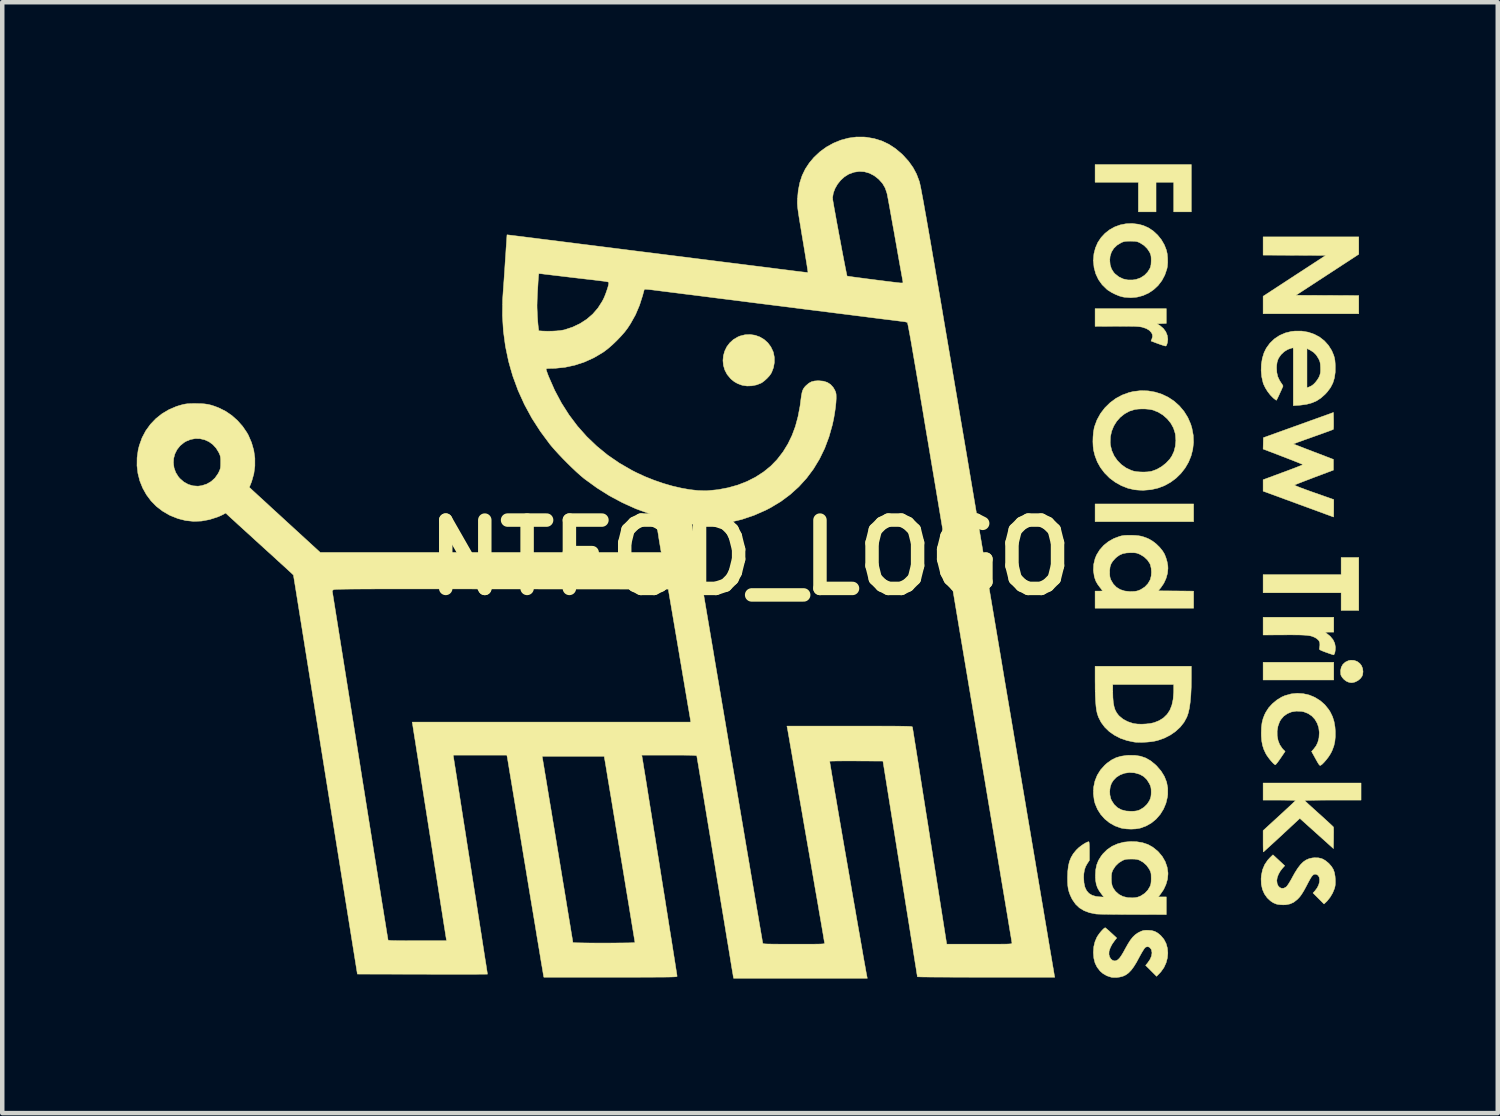
<source format=kicad_pcb>
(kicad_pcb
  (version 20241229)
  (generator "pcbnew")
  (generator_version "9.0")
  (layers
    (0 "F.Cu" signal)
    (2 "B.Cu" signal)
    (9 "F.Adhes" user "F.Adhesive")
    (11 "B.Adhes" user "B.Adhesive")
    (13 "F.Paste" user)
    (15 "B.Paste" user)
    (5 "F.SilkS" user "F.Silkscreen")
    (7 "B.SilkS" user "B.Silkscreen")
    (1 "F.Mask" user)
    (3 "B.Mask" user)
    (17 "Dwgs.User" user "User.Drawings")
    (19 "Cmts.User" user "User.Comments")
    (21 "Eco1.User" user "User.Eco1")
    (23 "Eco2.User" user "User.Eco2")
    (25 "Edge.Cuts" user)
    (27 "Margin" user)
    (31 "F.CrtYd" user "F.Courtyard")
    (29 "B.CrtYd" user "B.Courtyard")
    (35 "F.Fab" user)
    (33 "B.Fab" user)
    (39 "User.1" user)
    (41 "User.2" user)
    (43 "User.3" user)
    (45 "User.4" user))
  (footprint "NTFOD_LOGO"
    (layer "F.Cu")
    (at 13.676 9.383)
    (property "Reference" "NTFOD_LOGO" (at 0 0 0) (layer "F.SilkS") (effects (font (size 1.524 1.524) (thickness 0.3))))
    (attr through_hole)
    (fp_poly (pts (xy 9.893 -0.8) (xy 7.696 -0.8) (xy 7.696 -1.194) (xy 9.893 -1.194) (xy 9.893 -0.8)) (stroke (width 0.01) (type solid)) (fill yes) (layer "F.SilkS"))
    (fp_poly (pts (xy 13.018 2.731) (xy 11.443 2.731) (xy 11.443 2.337) (xy 13.018 2.337) (xy 13.018 2.731)) (stroke (width 0.01) (type solid)) (fill yes) (layer "F.SilkS"))
    (fp_poly (pts (xy 13.576 1.181) (xy 13.183 1.181) (xy 13.183 0.787) (xy 11.443 0.787) (xy 11.443 0.381) (xy 13.183 0.381) (xy 13.183 0) (xy 13.576 0) (xy 13.576 1.181)) (stroke (width 0.01) (type solid)) (fill yes) (layer "F.SilkS"))
    (fp_poly (pts (xy 9.842 -7.709) (xy 9.449 -7.709) (xy 9.449 -8.369) (xy 9.055 -8.369) (xy 9.055 -7.709) (xy 8.661 -7.709) (xy 8.661 -8.369) (xy 7.696 -8.369) (xy 7.696 -8.763) (xy 9.842 -8.763) (xy 9.842 -7.709)) (stroke (width 0.01) (type solid)) (fill yes) (layer "F.SilkS"))
    (fp_poly (pts (xy 13.576 -6.763) (xy 12.174 -5.848) (xy 12.875 -5.845) (xy 13.576 -5.842) (xy 13.576 -5.436) (xy 11.443 -5.436) (xy 11.443 -5.826) (xy 12.141 -6.282) (xy 12.839 -6.737) (xy 11.443 -6.744) (xy 11.443 -7.15) (xy 13.576 -7.15) (xy 13.576 -6.763)) (stroke (width 0.01) (type solid)) (fill yes) (layer "F.SilkS"))
    (fp_poly (pts (xy 13.471 2.294) (xy 13.541 2.319) (xy 13.6 2.364) (xy 13.636 2.411) (xy 13.662 2.475) (xy 13.671 2.546) (xy 13.662 2.614) (xy 13.648 2.65) (xy 13.61 2.701) (xy 13.556 2.745) (xy 13.496 2.775) (xy 13.48 2.78) (xy 13.44 2.789) (xy 13.41 2.792) (xy 13.379 2.787) (xy 13.342 2.778) (xy 13.295 2.756) (xy 13.247 2.719) (xy 13.207 2.674) (xy 13.18 2.628) (xy 13.175 2.61) (xy 13.17 2.524) (xy 13.186 2.447) (xy 13.222 2.383) (xy 13.277 2.333) (xy 13.347 2.3) (xy 13.397 2.29) (xy 13.471 2.294)) (stroke (width 0.01) (type solid)) (fill yes) (layer "F.SilkS"))
    (fp_poly (pts (xy 9.284 -5.221) (xy 9.078 -5.213) (xy 9.146 -5.169) (xy 9.218 -5.108) (xy 9.272 -5.035) (xy 9.305 -4.954) (xy 9.318 -4.868) (xy 9.308 -4.79) (xy 9.294 -4.746) (xy 9.279 -4.72) (xy 9.271 -4.716) (xy 9.252 -4.719) (xy 9.215 -4.73) (xy 9.165 -4.746) (xy 9.106 -4.767) (xy 9.097 -4.77) (xy 8.943 -4.828) (xy 8.961 -4.871) (xy 8.977 -4.925) (xy 8.973 -4.972) (xy 8.954 -5.013) (xy 8.907 -5.065) (xy 8.839 -5.106) (xy 8.749 -5.136) (xy 8.737 -5.139) (xy 8.707 -5.144) (xy 8.673 -5.149) (xy 8.631 -5.152) (xy 8.579 -5.155) (xy 8.514 -5.156) (xy 8.432 -5.157) (xy 8.332 -5.158) (xy 8.21 -5.157) (xy 8.169 -5.157) (xy 7.696 -5.155) (xy 7.696 -5.55) (xy 9.284 -5.55) (xy 9.284 -5.221)) (stroke (width 0.01) (type solid)) (fill yes) (layer "F.SilkS"))
    (fp_poly (pts (xy 0.112 -4.957) (xy 0.216 -4.92) (xy 0.312 -4.864) (xy 0.396 -4.79) (xy 0.464 -4.699) (xy 0.514 -4.594) (xy 0.522 -4.571) (xy 0.543 -4.463) (xy 0.543 -4.349) (xy 0.523 -4.235) (xy 0.483 -4.13) (xy 0.466 -4.099) (xy 0.43 -4.049) (xy 0.379 -3.994) (xy 0.322 -3.942) (xy 0.267 -3.901) (xy 0.244 -3.888) (xy 0.147 -3.85) (xy 0.041 -3.829) (xy -0.066 -3.825) (xy -0.166 -3.84) (xy -0.191 -3.847) (xy -0.278 -3.88) (xy -0.349 -3.92) (xy -0.414 -3.972) (xy -0.437 -3.994) (xy -0.511 -4.084) (xy -0.562 -4.182) (xy -0.593 -4.287) (xy -0.603 -4.394) (xy -0.593 -4.5) (xy -0.564 -4.603) (xy -0.517 -4.7) (xy -0.452 -4.786) (xy -0.37 -4.861) (xy -0.271 -4.919) (xy -0.227 -4.938) (xy -0.113 -4.967) (xy 0.001 -4.973) (xy 0.112 -4.957)) (stroke (width 0.01) (type solid)) (fill yes) (layer "F.SilkS"))
    (fp_poly (pts (xy 13.018 1.664) (xy 12.919 1.664) (xy 12.87 1.665) (xy 12.843 1.667) (xy 12.834 1.671) (xy 12.84 1.678) (xy 12.852 1.687) (xy 12.938 1.756) (xy 13.001 1.832) (xy 13.04 1.913) (xy 13.055 1.998) (xy 13.055 2.007) (xy 13.052 2.062) (xy 13.045 2.112) (xy 13.033 2.149) (xy 13.02 2.169) (xy 13.014 2.171) (xy 12.997 2.166) (xy 12.961 2.155) (xy 12.911 2.138) (xy 12.853 2.117) (xy 12.846 2.115) (xy 12.782 2.091) (xy 12.739 2.073) (xy 12.712 2.059) (xy 12.7 2.048) (xy 12.698 2.037) (xy 12.698 2.036) (xy 12.702 2.01) (xy 12.707 1.97) (xy 12.709 1.953) (xy 12.706 1.895) (xy 12.682 1.847) (xy 12.636 1.806) (xy 12.6 1.785) (xy 12.567 1.77) (xy 12.534 1.757) (xy 12.497 1.747) (xy 12.454 1.74) (xy 12.401 1.734) (xy 12.336 1.73) (xy 12.257 1.727) (xy 12.161 1.726) (xy 12.044 1.725) (xy 11.909 1.726) (xy 11.443 1.728) (xy 11.443 1.333) (xy 13.018 1.333) (xy 13.018 1.664)) (stroke (width 0.01) (type solid)) (fill yes) (layer "F.SilkS"))
    (fp_poly (pts (xy 9.842 2.683) (xy 9.84 2.889) (xy 9.831 3.07) (xy 9.817 3.228) (xy 9.798 3.362) (xy 9.772 3.473) (xy 9.742 3.559) (xy 9.679 3.675) (xy 9.594 3.782) (xy 9.49 3.878) (xy 9.37 3.961) (xy 9.238 4.028) (xy 9.095 4.078) (xy 9.024 4.095) (xy 8.949 4.107) (xy 8.86 4.116) (xy 8.766 4.121) (xy 8.676 4.122) (xy 8.598 4.119) (xy 8.566 4.115) (xy 8.408 4.082) (xy 8.262 4.032) (xy 8.13 3.964) (xy 8.012 3.882) (xy 7.912 3.785) (xy 7.831 3.677) (xy 7.77 3.558) (xy 7.742 3.472) (xy 7.727 3.401) (xy 7.716 3.313) (xy 7.707 3.204) (xy 7.701 3.075) (xy 7.697 2.922) (xy 7.697 2.832) (xy 8.09 2.832) (xy 8.09 2.994) (xy 8.093 3.123) (xy 8.102 3.231) (xy 8.118 3.32) (xy 8.141 3.395) (xy 8.174 3.459) (xy 8.216 3.515) (xy 8.237 3.537) (xy 8.321 3.606) (xy 8.423 3.66) (xy 8.536 3.698) (xy 8.557 3.703) (xy 8.639 3.714) (xy 8.735 3.717) (xy 8.835 3.712) (xy 8.93 3.701) (xy 9.01 3.683) (xy 9.011 3.683) (xy 9.126 3.637) (xy 9.223 3.575) (xy 9.302 3.498) (xy 9.364 3.404) (xy 9.408 3.293) (xy 9.436 3.163) (xy 9.448 3.014) (xy 9.449 2.972) (xy 9.449 2.832) (xy 8.09 2.832) (xy 7.697 2.832) (xy 7.696 2.765) (xy 7.696 2.426) (xy 9.842 2.426) (xy 9.842 2.683)) (stroke (width 0.01) (type solid)) (fill yes) (layer "F.SilkS"))
    (fp_poly (pts (xy 13.627 5.41) (xy 12.997 5.41) (xy 12.862 5.41) (xy 12.739 5.411) (xy 12.631 5.412) (xy 12.539 5.414) (xy 12.465 5.415) (xy 12.412 5.417) (xy 12.38 5.42) (xy 12.372 5.422) (xy 12.382 5.433) (xy 12.409 5.458) (xy 12.45 5.497) (xy 12.504 5.546) (xy 12.568 5.604) (xy 12.639 5.668) (xy 12.691 5.715) (xy 12.767 5.783) (xy 12.836 5.846) (xy 12.897 5.902) (xy 12.948 5.949) (xy 12.985 5.984) (xy 13.007 6.006) (xy 13.012 6.012) (xy 13.014 6.029) (xy 13.015 6.067) (xy 13.016 6.122) (xy 13.015 6.189) (xy 13.015 6.259) (xy 13.011 6.491) (xy 12.262 5.818) (xy 12.224 5.853) (xy 12.206 5.87) (xy 12.172 5.901) (xy 12.124 5.946) (xy 12.064 6.001) (xy 11.995 6.066) (xy 11.918 6.137) (xy 11.837 6.213) (xy 11.821 6.227) (xy 11.74 6.302) (xy 11.665 6.371) (xy 11.598 6.432) (xy 11.541 6.484) (xy 11.496 6.525) (xy 11.465 6.553) (xy 11.45 6.565) (xy 11.449 6.566) (xy 11.447 6.554) (xy 11.445 6.52) (xy 11.444 6.469) (xy 11.443 6.405) (xy 11.443 6.33) (xy 11.443 6.328) (xy 11.443 6.09) (xy 11.804 5.759) (xy 11.884 5.686) (xy 11.958 5.617) (xy 12.024 5.556) (xy 12.08 5.504) (xy 12.123 5.462) (xy 12.153 5.434) (xy 12.165 5.42) (xy 12.166 5.42) (xy 12.154 5.417) (xy 12.12 5.415) (xy 12.066 5.413) (xy 11.997 5.412) (xy 11.916 5.411) (xy 11.824 5.41) (xy 11.805 5.41) (xy 11.443 5.41) (xy 11.443 5.029) (xy 13.627 5.029) (xy 13.627 5.41)) (stroke (width 0.01) (type solid)) (fill yes) (layer "F.SilkS"))
    (fp_poly (pts (xy 8.582 4.412) (xy 8.708 4.431) (xy 8.822 4.47) (xy 8.929 4.53) (xy 9.032 4.613) (xy 9.068 4.647) (xy 9.167 4.762) (xy 9.241 4.882) (xy 9.291 5.009) (xy 9.316 5.142) (xy 9.316 5.281) (xy 9.309 5.34) (xy 9.276 5.48) (xy 9.222 5.609) (xy 9.149 5.727) (xy 9.059 5.831) (xy 8.954 5.918) (xy 8.836 5.986) (xy 8.708 6.033) (xy 8.687 6.038) (xy 8.599 6.052) (xy 8.498 6.057) (xy 8.395 6.052) (xy 8.302 6.039) (xy 8.272 6.033) (xy 8.141 5.986) (xy 8.02 5.918) (xy 7.913 5.832) (xy 7.822 5.73) (xy 7.749 5.615) (xy 7.696 5.489) (xy 7.677 5.417) (xy 7.658 5.268) (xy 7.66 5.203) (xy 8.022 5.203) (xy 8.026 5.294) (xy 8.046 5.38) (xy 8.064 5.421) (xy 8.122 5.51) (xy 8.194 5.578) (xy 8.282 5.626) (xy 8.385 5.653) (xy 8.503 5.66) (xy 8.509 5.66) (xy 8.575 5.657) (xy 8.624 5.65) (xy 8.665 5.639) (xy 8.7 5.624) (xy 8.784 5.572) (xy 8.856 5.502) (xy 8.91 5.42) (xy 8.913 5.412) (xy 8.931 5.369) (xy 8.941 5.328) (xy 8.946 5.28) (xy 8.947 5.232) (xy 8.946 5.175) (xy 8.941 5.133) (xy 8.931 5.095) (xy 8.912 5.053) (xy 8.905 5.039) (xy 8.85 4.952) (xy 8.78 4.884) (xy 8.693 4.835) (xy 8.589 4.805) (xy 8.567 4.801) (xy 8.458 4.795) (xy 8.354 4.81) (xy 8.257 4.846) (xy 8.172 4.899) (xy 8.103 4.97) (xy 8.061 5.036) (xy 8.034 5.114) (xy 8.022 5.203) (xy 7.66 5.203) (xy 7.663 5.124) (xy 7.692 4.986) (xy 7.743 4.857) (xy 7.817 4.738) (xy 7.913 4.631) (xy 7.966 4.584) (xy 8.065 4.514) (xy 8.165 4.464) (xy 8.274 4.432) (xy 8.397 4.414) (xy 8.44 4.411) (xy 8.582 4.412)) (stroke (width 0.01) (type solid)) (fill yes) (layer "F.SilkS"))
    (fp_poly (pts (xy 12.339 3.037) (xy 12.472 3.067) (xy 12.597 3.119) (xy 12.713 3.191) (xy 12.817 3.281) (xy 12.905 3.39) (xy 12.94 3.445) (xy 12.991 3.55) (xy 13.025 3.659) (xy 13.046 3.78) (xy 13.053 3.875) (xy 13.053 3.996) (xy 13.043 4.1) (xy 13.022 4.197) (xy 12.987 4.293) (xy 12.965 4.341) (xy 12.934 4.396) (xy 12.894 4.456) (xy 12.848 4.515) (xy 12.801 4.569) (xy 12.758 4.612) (xy 12.724 4.636) (xy 12.714 4.638) (xy 12.702 4.631) (xy 12.686 4.612) (xy 12.665 4.579) (xy 12.635 4.527) (xy 12.613 4.487) (xy 12.524 4.326) (xy 12.573 4.27) (xy 12.625 4.201) (xy 12.661 4.126) (xy 12.685 4.039) (xy 12.689 4.016) (xy 12.696 3.902) (xy 12.683 3.794) (xy 12.649 3.696) (xy 12.598 3.608) (xy 12.53 3.535) (xy 12.447 3.479) (xy 12.352 3.442) (xy 12.297 3.431) (xy 12.183 3.426) (xy 12.078 3.443) (xy 11.985 3.481) (xy 11.904 3.537) (xy 11.84 3.612) (xy 11.811 3.661) (xy 11.774 3.762) (xy 11.756 3.868) (xy 11.757 3.975) (xy 11.776 4.079) (xy 11.813 4.174) (xy 11.867 4.255) (xy 11.885 4.276) (xy 11.934 4.324) (xy 11.832 4.474) (xy 11.795 4.527) (xy 11.762 4.572) (xy 11.735 4.605) (xy 11.718 4.621) (xy 11.715 4.623) (xy 11.696 4.613) (xy 11.667 4.587) (xy 11.631 4.548) (xy 11.592 4.502) (xy 11.554 4.452) (xy 11.521 4.404) (xy 11.501 4.369) (xy 11.459 4.279) (xy 11.43 4.189) (xy 11.412 4.092) (xy 11.403 3.981) (xy 11.402 3.912) (xy 11.406 3.791) (xy 11.418 3.689) (xy 11.441 3.596) (xy 11.475 3.507) (xy 11.503 3.451) (xy 11.567 3.351) (xy 11.652 3.259) (xy 11.751 3.177) (xy 11.859 3.111) (xy 11.93 3.08) (xy 12.066 3.042) (xy 12.203 3.028) (xy 12.339 3.037)) (stroke (width 0.01) (type solid)) (fill yes) (layer "F.SilkS"))
    (fp_poly (pts (xy 8.663 -7.432) (xy 8.772 -7.403) (xy 8.885 -7.353) (xy 8.993 -7.281) (xy 9.09 -7.191) (xy 9.174 -7.087) (xy 9.241 -6.971) (xy 9.285 -6.858) (xy 9.304 -6.775) (xy 9.313 -6.678) (xy 9.315 -6.579) (xy 9.307 -6.487) (xy 9.298 -6.439) (xy 9.251 -6.3) (xy 9.185 -6.176) (xy 9.101 -6.066) (xy 9.001 -5.973) (xy 8.889 -5.898) (xy 8.765 -5.842) (xy 8.632 -5.807) (xy 8.493 -5.794) (xy 8.349 -5.805) (xy 8.314 -5.811) (xy 8.235 -5.833) (xy 8.147 -5.869) (xy 8.06 -5.913) (xy 7.984 -5.961) (xy 7.957 -5.982) (xy 7.853 -6.084) (xy 7.771 -6.199) (xy 7.711 -6.326) (xy 7.673 -6.465) (xy 7.658 -6.613) (xy 7.658 -6.63) (xy 8.023 -6.63) (xy 8.032 -6.527) (xy 8.061 -6.437) (xy 8.11 -6.359) (xy 8.14 -6.326) (xy 8.225 -6.259) (xy 8.321 -6.213) (xy 8.427 -6.19) (xy 8.538 -6.19) (xy 8.612 -6.202) (xy 8.71 -6.237) (xy 8.797 -6.293) (xy 8.868 -6.366) (xy 8.92 -6.45) (xy 8.934 -6.489) (xy 8.943 -6.534) (xy 8.946 -6.591) (xy 8.947 -6.623) (xy 8.946 -6.682) (xy 8.942 -6.726) (xy 8.933 -6.761) (xy 8.917 -6.799) (xy 8.912 -6.809) (xy 8.859 -6.889) (xy 8.787 -6.96) (xy 8.701 -7.015) (xy 8.689 -7.021) (xy 8.653 -7.037) (xy 8.619 -7.047) (xy 8.581 -7.052) (xy 8.531 -7.054) (xy 8.484 -7.055) (xy 8.42 -7.054) (xy 8.374 -7.051) (xy 8.338 -7.044) (xy 8.305 -7.033) (xy 8.278 -7.021) (xy 8.185 -6.965) (xy 8.112 -6.894) (xy 8.06 -6.811) (xy 8.03 -6.715) (xy 8.023 -6.63) (xy 7.658 -6.63) (xy 7.658 -6.633) (xy 7.67 -6.774) (xy 7.704 -6.905) (xy 7.757 -7.026) (xy 7.829 -7.134) (xy 7.917 -7.229) (xy 8.019 -7.309) (xy 8.132 -7.372) (xy 8.255 -7.417) (xy 8.386 -7.443) (xy 8.522 -7.449) (xy 8.663 -7.432)) (stroke (width 0.01) (type solid)) (fill yes) (layer "F.SilkS"))
    (fp_poly (pts (xy 13.015 -3.05) (xy 13.015 -2.984) (xy 13.015 -2.927) (xy 13.013 -2.884) (xy 13.01 -2.86) (xy 13.008 -2.857) (xy 12.994 -2.851) (xy 12.959 -2.837) (xy 12.906 -2.817) (xy 12.836 -2.792) (xy 12.754 -2.762) (xy 12.661 -2.729) (xy 12.56 -2.693) (xy 12.557 -2.692) (xy 12.457 -2.656) (xy 12.365 -2.624) (xy 12.284 -2.594) (xy 12.216 -2.57) (xy 12.165 -2.55) (xy 12.132 -2.537) (xy 12.12 -2.532) (xy 12.12 -2.532) (xy 12.132 -2.527) (xy 12.166 -2.513) (xy 12.218 -2.493) (xy 12.285 -2.467) (xy 12.366 -2.435) (xy 12.458 -2.4) (xy 12.557 -2.362) (xy 12.567 -2.358) (xy 13.011 -2.188) (xy 13.011 -1.949) (xy 12.587 -1.79) (xy 12.489 -1.752) (xy 12.397 -1.717) (xy 12.316 -1.686) (xy 12.247 -1.659) (xy 12.194 -1.638) (xy 12.159 -1.624) (xy 12.146 -1.618) (xy 12.15 -1.612) (xy 12.173 -1.599) (xy 12.216 -1.581) (xy 12.281 -1.555) (xy 12.367 -1.523) (xy 12.476 -1.483) (xy 12.573 -1.449) (xy 13.018 -1.292) (xy 13.018 -1.097) (xy 13.017 -1.03) (xy 13.017 -0.973) (xy 13.016 -0.93) (xy 13.015 -0.907) (xy 13.014 -0.903) (xy 13.002 -0.908) (xy 12.968 -0.92) (xy 12.914 -0.94) (xy 12.842 -0.966) (xy 12.755 -0.999) (xy 12.653 -1.036) (xy 12.539 -1.078) (xy 12.416 -1.123) (xy 12.284 -1.171) (xy 12.227 -1.192) (xy 11.443 -1.48) (xy 11.443 -1.607) (xy 11.443 -1.734) (xy 11.887 -1.899) (xy 11.988 -1.936) (xy 12.08 -1.971) (xy 12.162 -2.002) (xy 12.23 -2.029) (xy 12.283 -2.05) (xy 12.318 -2.064) (xy 12.332 -2.071) (xy 12.332 -2.071) (xy 12.32 -2.077) (xy 12.288 -2.091) (xy 12.237 -2.112) (xy 12.169 -2.139) (xy 12.089 -2.171) (xy 11.998 -2.206) (xy 11.898 -2.245) (xy 11.887 -2.249) (xy 11.443 -2.419) (xy 11.446 -2.546) (xy 11.449 -2.672) (xy 13.011 -3.235) (xy 13.015 -3.05)) (stroke (width 0.01) (type solid)) (fill yes) (layer "F.SilkS"))
    (fp_poly (pts (xy 7.937 8.267) (xy 7.965 8.291) (xy 8.005 8.325) (xy 8.05 8.367) (xy 8.057 8.373) (xy 8.178 8.485) (xy 8.126 8.551) (xy 8.075 8.624) (xy 8.035 8.701) (xy 8.01 8.774) (xy 8.007 8.79) (xy 8.005 8.852) (xy 8.02 8.908) (xy 8.049 8.955) (xy 8.089 8.986) (xy 8.135 8.997) (xy 8.169 8.99) (xy 8.204 8.97) (xy 8.241 8.934) (xy 8.281 8.879) (xy 8.326 8.804) (xy 8.37 8.723) (xy 8.429 8.618) (xy 8.483 8.533) (xy 8.536 8.466) (xy 8.59 8.414) (xy 8.648 8.373) (xy 8.684 8.354) (xy 8.732 8.332) (xy 8.771 8.319) (xy 8.813 8.314) (xy 8.868 8.313) (xy 8.871 8.313) (xy 8.956 8.319) (xy 9.028 8.339) (xy 9.094 8.376) (xy 9.161 8.432) (xy 9.23 8.514) (xy 9.279 8.608) (xy 9.308 8.711) (xy 9.318 8.82) (xy 9.308 8.93) (xy 9.279 9.039) (xy 9.231 9.144) (xy 9.163 9.24) (xy 9.136 9.269) (xy 9.067 9.34) (xy 8.823 9.096) (xy 8.869 9.04) (xy 8.922 8.963) (xy 8.954 8.888) (xy 8.965 8.817) (xy 8.954 8.754) (xy 8.941 8.728) (xy 8.908 8.691) (xy 8.869 8.678) (xy 8.827 8.688) (xy 8.816 8.696) (xy 8.797 8.716) (xy 8.77 8.757) (xy 8.736 8.813) (xy 8.697 8.883) (xy 8.68 8.914) (xy 8.616 9.033) (xy 8.556 9.129) (xy 8.499 9.205) (xy 8.442 9.264) (xy 8.383 9.307) (xy 8.32 9.337) (xy 8.248 9.356) (xy 8.179 9.365) (xy 8.126 9.366) (xy 8.073 9.363) (xy 8.052 9.359) (xy 7.958 9.328) (xy 7.87 9.277) (xy 7.807 9.222) (xy 7.741 9.137) (xy 7.695 9.044) (xy 7.668 8.937) (xy 7.658 8.815) (xy 7.658 8.801) (xy 7.667 8.678) (xy 7.694 8.567) (xy 7.737 8.467) (xy 7.763 8.426) (xy 7.795 8.381) (xy 7.831 8.337) (xy 7.866 8.299) (xy 7.896 8.271) (xy 7.918 8.257) (xy 7.923 8.257) (xy 7.937 8.267)) (stroke (width 0.01) (type solid)) (fill yes) (layer "F.SilkS"))
    (fp_poly (pts (xy 11.794 6.752) (xy 11.925 6.874) (xy 11.874 6.93) (xy 11.825 6.994) (xy 11.785 7.065) (xy 11.758 7.137) (xy 11.748 7.201) (xy 11.748 7.205) (xy 11.756 7.272) (xy 11.779 7.324) (xy 11.814 7.36) (xy 11.857 7.378) (xy 11.905 7.375) (xy 11.954 7.349) (xy 11.961 7.344) (xy 11.983 7.318) (xy 12.013 7.274) (xy 12.048 7.217) (xy 12.085 7.152) (xy 12.085 7.15) (xy 12.153 7.028) (xy 12.216 6.929) (xy 12.277 6.85) (xy 12.338 6.789) (xy 12.4 6.746) (xy 12.467 6.717) (xy 12.54 6.7) (xy 12.586 6.696) (xy 12.678 6.698) (xy 12.758 6.718) (xy 12.831 6.758) (xy 12.905 6.819) (xy 12.911 6.825) (xy 12.967 6.889) (xy 13.007 6.953) (xy 13.033 7.025) (xy 13.048 7.111) (xy 13.053 7.178) (xy 13.054 7.246) (xy 13.052 7.299) (xy 13.044 7.346) (xy 13.032 7.388) (xy 12.993 7.483) (xy 12.937 7.577) (xy 12.871 7.66) (xy 12.854 7.677) (xy 12.801 7.727) (xy 12.556 7.482) (xy 12.604 7.429) (xy 12.649 7.368) (xy 12.681 7.304) (xy 12.699 7.24) (xy 12.703 7.18) (xy 12.693 7.129) (xy 12.669 7.089) (xy 12.63 7.066) (xy 12.626 7.065) (xy 12.598 7.062) (xy 12.573 7.069) (xy 12.547 7.089) (xy 12.519 7.124) (xy 12.487 7.178) (xy 12.447 7.251) (xy 12.44 7.265) (xy 12.391 7.358) (xy 12.35 7.433) (xy 12.314 7.491) (xy 12.282 7.539) (xy 12.25 7.579) (xy 12.216 7.615) (xy 12.201 7.629) (xy 12.125 7.689) (xy 12.042 7.726) (xy 11.948 7.744) (xy 11.89 7.746) (xy 11.834 7.743) (xy 11.78 7.737) (xy 11.74 7.729) (xy 11.739 7.729) (xy 11.67 7.7) (xy 11.607 7.658) (xy 11.543 7.598) (xy 11.533 7.588) (xy 11.472 7.502) (xy 11.428 7.401) (xy 11.403 7.287) (xy 11.398 7.165) (xy 11.405 7.085) (xy 11.432 6.959) (xy 11.479 6.848) (xy 11.546 6.749) (xy 11.603 6.687) (xy 11.662 6.63) (xy 11.794 6.752)) (stroke (width 0.01) (type solid)) (fill yes) (layer "F.SilkS"))
    (fp_poly (pts (xy 8.585 -0.493) (xy 8.66 -0.486) (xy 8.72 -0.476) (xy 8.776 -0.46) (xy 8.841 -0.437) (xy 8.9 -0.411) (xy 8.902 -0.41) (xy 8.981 -0.363) (xy 9.062 -0.3) (xy 9.137 -0.226) (xy 9.2 -0.148) (xy 9.244 -0.076) (xy 9.276 0.005) (xy 9.302 0.095) (xy 9.318 0.184) (xy 9.321 0.241) (xy 9.31 0.353) (xy 9.278 0.467) (xy 9.228 0.576) (xy 9.163 0.671) (xy 9.155 0.681) (xy 9.102 0.743) (xy 9.498 0.746) (xy 9.893 0.75) (xy 9.893 1.13) (xy 7.696 1.13) (xy 7.696 0.749) (xy 7.779 0.749) (xy 7.821 0.748) (xy 7.851 0.746) (xy 7.861 0.743) (xy 7.854 0.73) (xy 7.834 0.704) (xy 7.807 0.669) (xy 7.804 0.666) (xy 7.751 0.594) (xy 7.713 0.527) (xy 7.687 0.454) (xy 7.677 0.416) (xy 7.664 0.324) (xy 8.02 0.324) (xy 8.022 0.388) (xy 8.027 0.435) (xy 8.038 0.474) (xy 8.048 0.5) (xy 8.103 0.592) (xy 8.172 0.663) (xy 8.257 0.715) (xy 8.357 0.747) (xy 8.473 0.759) (xy 8.51 0.758) (xy 8.571 0.756) (xy 8.616 0.75) (xy 8.654 0.74) (xy 8.694 0.724) (xy 8.716 0.714) (xy 8.804 0.657) (xy 8.874 0.584) (xy 8.924 0.498) (xy 8.929 0.484) (xy 8.947 0.41) (xy 8.953 0.327) (xy 8.947 0.242) (xy 8.93 0.167) (xy 8.918 0.137) (xy 8.863 0.055) (xy 8.789 -0.015) (xy 8.702 -0.068) (xy 8.66 -0.086) (xy 8.625 -0.098) (xy 8.589 -0.104) (xy 8.543 -0.107) (xy 8.49 -0.107) (xy 8.393 -0.102) (xy 8.313 -0.086) (xy 8.246 -0.057) (xy 8.183 -0.014) (xy 8.146 0.019) (xy 8.089 0.082) (xy 8.052 0.142) (xy 8.03 0.208) (xy 8.021 0.287) (xy 8.02 0.324) (xy 7.664 0.324) (xy 7.658 0.283) (xy 7.665 0.151) (xy 7.696 0.023) (xy 7.729 -0.057) (xy 7.798 -0.169) (xy 7.886 -0.269) (xy 7.993 -0.355) (xy 8.113 -0.423) (xy 8.244 -0.472) (xy 8.291 -0.484) (xy 8.347 -0.492) (xy 8.42 -0.496) (xy 8.502 -0.496) (xy 8.585 -0.493)) (stroke (width 0.01) (type solid)) (fill yes) (layer "F.SilkS"))
    (fp_poly (pts (xy 12.306 -5.049) (xy 12.449 -5.025) (xy 12.581 -4.98) (xy 12.702 -4.916) (xy 12.808 -4.833) (xy 12.899 -4.732) (xy 12.973 -4.615) (xy 13.018 -4.508) (xy 13.033 -4.456) (xy 13.044 -4.398) (xy 13.05 -4.327) (xy 13.052 -4.274) (xy 13.051 -4.131) (xy 13.033 -4.005) (xy 12.999 -3.893) (xy 12.946 -3.79) (xy 12.873 -3.692) (xy 12.822 -3.637) (xy 12.732 -3.557) (xy 12.638 -3.495) (xy 12.535 -3.45) (xy 12.419 -3.418) (xy 12.286 -3.399) (xy 12.24 -3.395) (xy 12.116 -3.387) (xy 12.116 -3.785) (xy 12.421 -3.785) (xy 12.452 -3.797) (xy 12.488 -3.812) (xy 12.521 -3.828) (xy 12.564 -3.859) (xy 12.61 -3.906) (xy 12.653 -3.962) (xy 12.688 -4.02) (xy 12.701 -4.049) (xy 12.714 -4.09) (xy 12.722 -4.13) (xy 12.724 -4.177) (xy 12.723 -4.24) (xy 12.723 -4.242) (xy 12.72 -4.302) (xy 12.714 -4.346) (xy 12.704 -4.382) (xy 12.687 -4.42) (xy 12.675 -4.442) (xy 12.626 -4.519) (xy 12.567 -4.578) (xy 12.491 -4.626) (xy 12.484 -4.629) (xy 12.421 -4.661) (xy 12.421 -3.785) (xy 12.116 -3.785) (xy 12.116 -4.677) (xy 12.075 -4.669) (xy 11.992 -4.64) (xy 11.913 -4.591) (xy 11.844 -4.526) (xy 11.791 -4.451) (xy 11.772 -4.41) (xy 11.754 -4.35) (xy 11.745 -4.281) (xy 11.743 -4.229) (xy 11.749 -4.124) (xy 11.77 -4.033) (xy 11.809 -3.95) (xy 11.836 -3.907) (xy 11.861 -3.87) (xy 11.88 -3.84) (xy 11.887 -3.824) (xy 11.887 -3.824) (xy 11.882 -3.81) (xy 11.868 -3.778) (xy 11.849 -3.734) (xy 11.825 -3.683) (xy 11.801 -3.63) (xy 11.778 -3.581) (xy 11.758 -3.54) (xy 11.745 -3.514) (xy 11.74 -3.507) (xy 11.729 -3.512) (xy 11.704 -3.53) (xy 11.67 -3.557) (xy 11.666 -3.561) (xy 11.604 -3.624) (xy 11.544 -3.701) (xy 11.492 -3.785) (xy 11.453 -3.866) (xy 11.443 -3.895) (xy 11.412 -4.03) (xy 11.399 -4.17) (xy 11.404 -4.31) (xy 11.426 -4.445) (xy 11.465 -4.57) (xy 11.513 -4.667) (xy 11.595 -4.78) (xy 11.694 -4.875) (xy 11.808 -4.951) (xy 11.935 -5.007) (xy 12.073 -5.041) (xy 12.156 -5.05) (xy 12.306 -5.049)) (stroke (width 0.01) (type solid)) (fill yes) (layer "F.SilkS"))
    (fp_poly (pts (xy 8.877 -3.716) (xy 9.035 -3.689) (xy 9.186 -3.641) (xy 9.328 -3.573) (xy 9.459 -3.486) (xy 9.576 -3.381) (xy 9.678 -3.26) (xy 9.763 -3.124) (xy 9.828 -2.975) (xy 9.855 -2.885) (xy 9.885 -2.725) (xy 9.891 -2.567) (xy 9.874 -2.413) (xy 9.836 -2.265) (xy 9.779 -2.125) (xy 9.703 -1.995) (xy 9.61 -1.876) (xy 9.502 -1.77) (xy 9.38 -1.679) (xy 9.245 -1.604) (xy 9.1 -1.549) (xy 8.944 -1.513) (xy 8.78 -1.5) (xy 8.752 -1.5) (xy 8.691 -1.502) (xy 8.631 -1.506) (xy 8.583 -1.511) (xy 8.576 -1.511) (xy 8.428 -1.545) (xy 8.283 -1.602) (xy 8.145 -1.679) (xy 8.019 -1.773) (xy 7.91 -1.883) (xy 7.907 -1.886) (xy 7.815 -2.008) (xy 7.745 -2.133) (xy 7.694 -2.268) (xy 7.663 -2.389) (xy 7.652 -2.477) (xy 7.648 -2.567) (xy 8.033 -2.567) (xy 8.038 -2.507) (xy 8.068 -2.383) (xy 8.12 -2.267) (xy 8.192 -2.163) (xy 8.282 -2.072) (xy 8.386 -1.998) (xy 8.504 -1.943) (xy 8.561 -1.925) (xy 8.623 -1.914) (xy 8.701 -1.908) (xy 8.786 -1.906) (xy 8.868 -1.91) (xy 8.938 -1.92) (xy 8.959 -1.924) (xy 9.071 -1.965) (xy 9.179 -2.027) (xy 9.278 -2.105) (xy 9.362 -2.195) (xy 9.407 -2.261) (xy 9.456 -2.366) (xy 9.486 -2.484) (xy 9.497 -2.608) (xy 9.488 -2.733) (xy 9.481 -2.772) (xy 9.444 -2.888) (xy 9.385 -2.995) (xy 9.306 -3.092) (xy 9.212 -3.175) (xy 9.104 -3.242) (xy 8.985 -3.289) (xy 8.96 -3.295) (xy 8.897 -3.306) (xy 8.817 -3.313) (xy 8.732 -3.314) (xy 8.651 -3.31) (xy 8.583 -3.301) (xy 8.583 -3.301) (xy 8.463 -3.264) (xy 8.355 -3.205) (xy 8.259 -3.129) (xy 8.177 -3.037) (xy 8.112 -2.932) (xy 8.065 -2.817) (xy 8.038 -2.694) (xy 8.033 -2.567) (xy 7.648 -2.567) (xy 7.647 -2.579) (xy 7.65 -2.688) (xy 7.659 -2.793) (xy 7.675 -2.886) (xy 7.683 -2.919) (xy 7.739 -3.07) (xy 7.817 -3.211) (xy 7.914 -3.338) (xy 8.029 -3.451) (xy 8.158 -3.547) (xy 8.3 -3.623) (xy 8.453 -3.679) (xy 8.546 -3.701) (xy 8.713 -3.721) (xy 8.877 -3.716)) (stroke (width 0.01) (type solid)) (fill yes) (layer "F.SilkS"))
    (fp_poly (pts (xy 8.619 6.338) (xy 8.754 6.36) (xy 8.874 6.4) (xy 8.982 6.46) (xy 9.084 6.542) (xy 9.107 6.564) (xy 9.195 6.669) (xy 9.26 6.783) (xy 9.302 6.904) (xy 9.321 7.031) (xy 9.321 7.061) (xy 9.31 7.175) (xy 9.276 7.292) (xy 9.224 7.405) (xy 9.157 7.503) (xy 9.105 7.569) (xy 9.284 7.569) (xy 9.284 7.963) (xy 8.538 7.961) (xy 8.4 7.961) (xy 8.267 7.96) (xy 8.143 7.959) (xy 8.029 7.958) (xy 7.928 7.956) (xy 7.844 7.955) (xy 7.777 7.953) (xy 7.731 7.951) (xy 7.711 7.949) (xy 7.572 7.921) (xy 7.451 7.876) (xy 7.347 7.813) (xy 7.261 7.731) (xy 7.191 7.631) (xy 7.172 7.595) (xy 7.138 7.522) (xy 7.114 7.455) (xy 7.097 7.389) (xy 7.087 7.317) (xy 7.082 7.232) (xy 7.081 7.137) (xy 7.086 6.999) (xy 7.1 6.881) (xy 7.124 6.779) (xy 7.161 6.688) (xy 7.21 6.605) (xy 7.275 6.526) (xy 7.285 6.516) (xy 7.328 6.474) (xy 7.38 6.433) (xy 7.434 6.395) (xy 7.486 6.364) (xy 7.529 6.344) (xy 7.555 6.337) (xy 7.561 6.348) (xy 7.565 6.381) (xy 7.568 6.436) (xy 7.569 6.516) (xy 7.569 6.546) (xy 7.569 6.754) (xy 7.525 6.82) (xy 7.484 6.892) (xy 7.458 6.969) (xy 7.444 7.057) (xy 7.441 7.134) (xy 7.448 7.253) (xy 7.469 7.351) (xy 7.506 7.43) (xy 7.559 7.49) (xy 7.628 7.532) (xy 7.714 7.558) (xy 7.784 7.566) (xy 7.893 7.573) (xy 7.848 7.517) (xy 7.79 7.438) (xy 7.748 7.363) (xy 7.722 7.286) (xy 7.707 7.198) (xy 7.706 7.163) (xy 8.058 7.163) (xy 8.062 7.249) (xy 8.076 7.318) (xy 8.102 7.377) (xy 8.143 7.434) (xy 8.153 7.447) (xy 8.229 7.514) (xy 8.318 7.56) (xy 8.422 7.585) (xy 8.532 7.59) (xy 8.595 7.585) (xy 8.644 7.575) (xy 8.69 7.558) (xy 8.719 7.545) (xy 8.804 7.489) (xy 8.873 7.416) (xy 8.917 7.342) (xy 8.932 7.309) (xy 8.94 7.275) (xy 8.945 7.231) (xy 8.947 7.171) (xy 8.947 7.156) (xy 8.946 7.097) (xy 8.944 7.055) (xy 8.937 7.023) (xy 8.926 6.992) (xy 8.906 6.954) (xy 8.904 6.949) (xy 8.844 6.864) (xy 8.767 6.796) (xy 8.692 6.753) (xy 8.657 6.739) (xy 8.621 6.731) (xy 8.576 6.726) (xy 8.515 6.725) (xy 8.503 6.725) (xy 8.44 6.726) (xy 8.394 6.729) (xy 8.358 6.737) (xy 8.323 6.75) (xy 8.306 6.758) (xy 8.224 6.809) (xy 8.152 6.878) (xy 8.098 6.959) (xy 8.091 6.972) (xy 8.075 7.011) (xy 8.065 7.046) (xy 8.06 7.089) (xy 8.058 7.145) (xy 8.058 7.163) (xy 7.706 7.163) (xy 7.703 7.094) (xy 7.703 7.087) (xy 7.71 6.963) (xy 7.732 6.855) (xy 7.771 6.756) (xy 7.831 6.66) (xy 7.872 6.607) (xy 7.966 6.514) (xy 8.076 6.439) (xy 8.201 6.384) (xy 8.337 6.348) (xy 8.484 6.334) (xy 8.619 6.338)) (stroke (width 0.01) (type solid)) (fill yes) (layer "F.SilkS"))
    (fp_poly (pts (xy 2.545 -9.377) (xy 2.591 -9.373) (xy 2.771 -9.342) (xy 2.939 -9.29) (xy 3.096 -9.216) (xy 3.244 -9.119) (xy 3.386 -8.999) (xy 3.417 -8.968) (xy 3.538 -8.834) (xy 3.635 -8.698) (xy 3.713 -8.553) (xy 3.773 -8.395) (xy 3.776 -8.388) (xy 3.78 -8.371) (xy 3.786 -8.347) (xy 3.793 -8.315) (xy 3.802 -8.274) (xy 3.812 -8.225) (xy 3.823 -8.165) (xy 3.836 -8.096) (xy 3.851 -8.016) (xy 3.868 -7.925) (xy 3.886 -7.823) (xy 3.906 -7.709) (xy 3.929 -7.583) (xy 3.953 -7.444) (xy 3.98 -7.291) (xy 4.009 -7.125) (xy 4.04 -6.945) (xy 4.073 -6.75) (xy 4.11 -6.54) (xy 4.148 -6.314) (xy 4.19 -6.072) (xy 4.234 -5.814) (xy 4.281 -5.539) (xy 4.33 -5.246) (xy 4.383 -4.936) (xy 4.439 -4.607) (xy 4.498 -4.259) (xy 4.56 -3.892) (xy 4.626 -3.505) (xy 4.694 -3.098) (xy 4.767 -2.671) (xy 4.843 -2.222) (xy 4.922 -1.751) (xy 5.005 -1.258) (xy 5.092 -0.743) (xy 5.183 -0.205) (xy 5.277 0.357) (xy 5.376 0.942) (xy 5.479 1.552) (xy 5.518 1.784) (xy 5.591 2.217) (xy 5.662 2.644) (xy 5.733 3.064) (xy 5.803 3.476) (xy 5.871 3.88) (xy 5.937 4.275) (xy 6.002 4.661) (xy 6.065 5.036) (xy 6.127 5.4) (xy 6.186 5.753) (xy 6.244 6.093) (xy 6.299 6.421) (xy 6.352 6.734) (xy 6.402 7.033) (xy 6.45 7.317) (xy 6.495 7.585) (xy 6.538 7.837) (xy 6.577 8.072) (xy 6.614 8.289) (xy 6.647 8.487) (xy 6.677 8.666) (xy 6.704 8.825) (xy 6.728 8.963) (xy 6.747 9.08) (xy 6.764 9.175) (xy 6.776 9.248) (xy 6.784 9.297) (xy 6.788 9.322) (xy 6.789 9.325) (xy 6.797 9.36) (xy 5.265 9.36) (xy 5.07 9.36) (xy 4.882 9.36) (xy 4.703 9.359) (xy 4.535 9.359) (xy 4.378 9.358) (xy 4.234 9.357) (xy 4.105 9.357) (xy 3.993 9.356) (xy 3.899 9.355) (xy 3.824 9.354) (xy 3.771 9.352) (xy 3.74 9.351) (xy 3.733 9.35) (xy 3.731 9.337) (xy 3.725 9.3) (xy 3.715 9.24) (xy 3.703 9.159) (xy 3.686 9.057) (xy 3.667 8.937) (xy 3.645 8.799) (xy 3.621 8.644) (xy 3.593 8.474) (xy 3.564 8.29) (xy 3.533 8.093) (xy 3.499 7.884) (xy 3.464 7.665) (xy 3.428 7.437) (xy 3.39 7.2) (xy 3.351 6.957) (xy 3.349 6.941) (xy 2.965 4.54) (xy 2.376 4.537) (xy 2.256 4.536) (xy 2.143 4.536) (xy 2.042 4.537) (xy 1.953 4.537) (xy 1.879 4.539) (xy 1.824 4.54) (xy 1.789 4.542) (xy 1.777 4.543) (xy 1.779 4.556) (xy 1.784 4.593) (xy 1.794 4.651) (xy 1.807 4.73) (xy 1.823 4.828) (xy 1.843 4.944) (xy 1.865 5.076) (xy 1.89 5.223) (xy 1.918 5.383) (xy 1.947 5.555) (xy 1.978 5.737) (xy 2.011 5.928) (xy 2.045 6.126) (xy 2.08 6.33) (xy 2.116 6.538) (xy 2.153 6.749) (xy 2.19 6.962) (xy 2.227 7.174) (xy 2.263 7.385) (xy 2.299 7.594) (xy 2.335 7.797) (xy 2.369 7.995) (xy 2.402 8.185) (xy 2.434 8.366) (xy 2.464 8.537) (xy 2.492 8.696) (xy 2.517 8.842) (xy 2.54 8.973) (xy 2.561 9.087) (xy 2.578 9.184) (xy 2.592 9.262) (xy 2.603 9.319) (xy 2.609 9.35) (xy 2.616 9.385) (xy -0.365 9.385) (xy -0.372 9.35) (xy -0.375 9.334) (xy -0.381 9.295) (xy -0.392 9.232) (xy -0.406 9.149) (xy -0.423 9.045) (xy -0.443 8.922) (xy -0.466 8.781) (xy -0.492 8.624) (xy -0.521 8.452) (xy -0.551 8.266) (xy -0.584 8.067) (xy -0.619 7.856) (xy -0.656 7.635) (xy -0.693 7.405) (xy -0.733 7.167) (xy -0.773 6.922) (xy -0.78 6.877) (xy -0.821 6.632) (xy -0.86 6.393) (xy -0.898 6.162) (xy -0.935 5.94) (xy -0.97 5.728) (xy -1.003 5.528) (xy -1.034 5.34) (xy -1.063 5.166) (xy -1.089 5.008) (xy -1.113 4.866) (xy -1.134 4.741) (xy -1.151 4.635) (xy -1.166 4.549) (xy -1.177 4.485) (xy -1.184 4.442) (xy -1.187 4.424) (xy -1.187 4.423) (xy -1.194 4.419) (xy -1.212 4.416) (xy -1.243 4.413) (xy -1.289 4.411) (xy -1.352 4.409) (xy -1.433 4.408) (xy -1.535 4.407) (xy -1.658 4.407) (xy -1.804 4.407) (xy -2.415 4.407) (xy -2.408 4.442) (xy -2.405 4.461) (xy -2.398 4.503) (xy -2.387 4.566) (xy -2.374 4.651) (xy -2.357 4.754) (xy -2.337 4.874) (xy -2.315 5.011) (xy -2.291 5.162) (xy -2.265 5.326) (xy -2.237 5.502) (xy -2.207 5.687) (xy -2.176 5.881) (xy -2.144 6.083) (xy -2.11 6.289) (xy -2.077 6.501) (xy -2.042 6.714) (xy -2.008 6.929) (xy -1.974 7.144) (xy -1.94 7.357) (xy -1.906 7.566) (xy -1.874 7.771) (xy -1.842 7.97) (xy -1.812 8.162) (xy -1.783 8.344) (xy -1.755 8.515) (xy -1.73 8.674) (xy -1.707 8.82) (xy -1.686 8.951) (xy -1.668 9.066) (xy -1.653 9.162) (xy -1.641 9.239) (xy -1.632 9.295) (xy -1.627 9.329) (xy -1.626 9.339) (xy -1.627 9.342) (xy -1.632 9.345) (xy -1.641 9.347) (xy -1.656 9.35) (xy -1.679 9.352) (xy -1.711 9.353) (xy -1.753 9.355) (xy -1.806 9.356) (xy -1.872 9.357) (xy -1.952 9.358) (xy -2.048 9.358) (xy -2.161 9.359) (xy -2.291 9.359) (xy -2.442 9.36) (xy -2.613 9.36) (xy -2.806 9.36) (xy -3.023 9.36) (xy -3.111 9.36) (xy -4.597 9.36) (xy -4.604 9.331) (xy -4.606 9.316) (xy -4.613 9.277) (xy -4.623 9.215) (xy -4.637 9.132) (xy -4.655 9.029) (xy -4.675 8.907) (xy -4.698 8.767) (xy -4.724 8.611) (xy -4.753 8.439) (xy -4.783 8.253) (xy -4.816 8.055) (xy -4.851 7.845) (xy -4.888 7.625) (xy -4.926 7.395) (xy -4.965 7.158) (xy -5.005 6.914) (xy -5.01 6.883) (xy -5.051 6.639) (xy -5.09 6.4) (xy -5.128 6.17) (xy -5.165 5.948) (xy -5.2 5.737) (xy -5.233 5.537) (xy -5.264 5.35) (xy -5.293 5.177) (xy -5.319 5.018) (xy -5.343 4.876) (xy -5.364 4.752) (xy -5.381 4.646) (xy -5.395 4.561) (xy -5.406 4.496) (xy -5.413 4.454) (xy -5.417 4.436) (xy -5.417 4.435) (xy -5.417 4.432) (xy -4.638 4.432) (xy -4.63 4.467) (xy -4.627 4.484) (xy -4.62 4.525) (xy -4.61 4.587) (xy -4.596 4.669) (xy -4.58 4.769) (xy -4.56 4.886) (xy -4.538 5.019) (xy -4.514 5.165) (xy -4.488 5.323) (xy -4.46 5.491) (xy -4.43 5.668) (xy -4.4 5.853) (xy -4.368 6.042) (xy -4.336 6.236) (xy -4.304 6.433) (xy -4.271 6.63) (xy -4.239 6.826) (xy -4.207 7.019) (xy -4.176 7.209) (xy -4.145 7.393) (xy -4.116 7.57) (xy -4.089 7.738) (xy -4.063 7.895) (xy -4.039 8.041) (xy -4.017 8.173) (xy -3.998 8.289) (xy -3.982 8.389) (xy -3.968 8.47) (xy -3.958 8.531) (xy -3.952 8.57) (xy -3.95 8.586) (xy -3.95 8.587) (xy -3.937 8.589) (xy -3.902 8.591) (xy -3.845 8.593) (xy -3.768 8.594) (xy -3.674 8.596) (xy -3.565 8.597) (xy -3.443 8.598) (xy -3.31 8.598) (xy -3.258 8.598) (xy -3.128 8.598) (xy -3.006 8.597) (xy -2.894 8.596) (xy -2.795 8.595) (xy -2.71 8.594) (xy -2.643 8.592) (xy -2.596 8.59) (xy -2.57 8.588) (xy -2.565 8.587) (xy -2.567 8.574) (xy -2.573 8.537) (xy -2.583 8.478) (xy -2.596 8.399) (xy -2.612 8.301) (xy -2.631 8.187) (xy -2.652 8.056) (xy -2.676 7.912) (xy -2.701 7.756) (xy -2.729 7.589) (xy -2.758 7.414) (xy -2.788 7.23) (xy -2.819 7.041) (xy -2.851 6.848) (xy -2.884 6.652) (xy -2.916 6.455) (xy -2.949 6.258) (xy -2.981 6.064) (xy -3.012 5.874) (xy -3.043 5.689) (xy -3.072 5.511) (xy -3.1 5.341) (xy -3.127 5.182) (xy -3.151 5.035) (xy -3.174 4.901) (xy -3.193 4.782) (xy -3.21 4.679) (xy -3.224 4.595) (xy -3.235 4.531) (xy -3.243 4.488) (xy -3.246 4.468) (xy -3.246 4.467) (xy -3.253 4.432) (xy -4.638 4.432) (xy -5.417 4.432) (xy -5.423 4.407) (xy -6.62 4.407) (xy -6.611 4.461) (xy -6.607 4.489) (xy -6.599 4.539) (xy -6.588 4.611) (xy -6.573 4.703) (xy -6.556 4.812) (xy -6.536 4.939) (xy -6.514 5.081) (xy -6.489 5.236) (xy -6.463 5.404) (xy -6.435 5.583) (xy -6.406 5.771) (xy -6.375 5.967) (xy -6.343 6.169) (xy -6.311 6.377) (xy -6.278 6.588) (xy -6.244 6.801) (xy -6.211 7.014) (xy -6.178 7.226) (xy -6.145 7.436) (xy -6.112 7.642) (xy -6.081 7.843) (xy -6.051 8.036) (xy -6.022 8.222) (xy -5.994 8.397) (xy -5.969 8.561) (xy -5.945 8.713) (xy -5.924 8.85) (xy -5.905 8.971) (xy -5.888 9.075) (xy -5.875 9.161) (xy -5.865 9.226) (xy -5.858 9.269) (xy -5.855 9.29) (xy -5.855 9.291) (xy -5.867 9.292) (xy -5.903 9.292) (xy -5.962 9.293) (xy -6.041 9.293) (xy -6.139 9.294) (xy -6.255 9.294) (xy -6.386 9.294) (xy -6.532 9.294) (xy -6.69 9.294) (xy -6.86 9.294) (xy -7.038 9.294) (xy -7.225 9.293) (xy -7.305 9.293) (xy -8.756 9.29) (xy -9.469 4.841) (xy -10.125 0.743) (xy -9.317 0.743) (xy -8.697 4.629) (xy -8.648 4.94) (xy -8.599 5.244) (xy -8.552 5.541) (xy -8.506 5.83) (xy -8.461 6.109) (xy -8.418 6.378) (xy -8.377 6.636) (xy -8.337 6.881) (xy -8.3 7.114) (xy -8.265 7.332) (xy -8.233 7.535) (xy -8.203 7.723) (xy -8.175 7.893) (xy -8.151 8.045) (xy -8.129 8.178) (xy -8.111 8.292) (xy -8.096 8.385) (xy -8.084 8.456) (xy -8.076 8.504) (xy -8.072 8.528) (xy -8.071 8.531) (xy -8.065 8.535) (xy -8.047 8.538) (xy -8.016 8.541) (xy -7.97 8.543) (xy -7.908 8.544) (xy -7.828 8.546) (xy -7.728 8.546) (xy -7.606 8.547) (xy -7.462 8.547) (xy -7.416 8.547) (xy -6.766 8.547) (xy -6.774 8.506) (xy -6.776 8.489) (xy -6.783 8.449) (xy -6.793 8.386) (xy -6.806 8.301) (xy -6.823 8.197) (xy -6.842 8.074) (xy -6.864 7.933) (xy -6.889 7.776) (xy -6.916 7.603) (xy -6.945 7.417) (xy -6.976 7.219) (xy -7.009 7.009) (xy -7.044 6.789) (xy -7.079 6.56) (xy -7.116 6.324) (xy -7.15 6.109) (xy -7.188 5.867) (xy -7.225 5.631) (xy -7.261 5.404) (xy -7.295 5.185) (xy -7.328 4.976) (xy -7.358 4.779) (xy -7.387 4.594) (xy -7.414 4.424) (xy -7.439 4.268) (xy -7.46 4.129) (xy -7.48 4.008) (xy -7.496 3.906) (xy -7.509 3.824) (xy -7.518 3.763) (xy -7.524 3.725) (xy -7.526 3.712) (xy -7.534 3.67) (xy -1.321 3.67) (xy -1.328 3.623) (xy -1.331 3.604) (xy -1.338 3.562) (xy -1.349 3.498) (xy -1.363 3.414) (xy -1.381 3.312) (xy -1.401 3.193) (xy -1.424 3.058) (xy -1.449 2.91) (xy -1.476 2.75) (xy -1.505 2.58) (xy -1.535 2.401) (xy -1.567 2.215) (xy -1.579 2.14) (xy -1.823 0.705) (xy -5.544 0.702) (xy -5.908 0.702) (xy -6.249 0.701) (xy -6.565 0.701) (xy -6.859 0.701) (xy -7.13 0.701) (xy -7.381 0.701) (xy -7.611 0.701) (xy -7.822 0.701) (xy -8.015 0.701) (xy -8.19 0.701) (xy -8.348 0.701) (xy -8.49 0.702) (xy -8.616 0.702) (xy -8.729 0.703) (xy -8.828 0.703) (xy -8.915 0.704) (xy -8.99 0.705) (xy -9.054 0.706) (xy -9.109 0.707) (xy -9.154 0.708) (xy -9.191 0.709) (xy -9.22 0.71) (xy -9.244 0.712) (xy -9.261 0.713) (xy -9.274 0.715) (xy -9.282 0.717) (xy -9.288 0.719) (xy -9.291 0.721) (xy -9.317 0.743) (xy -10.125 0.743) (xy -10.182 0.392) (xy -10.225 0.35) (xy -10.241 0.335) (xy -10.275 0.304) (xy -10.324 0.259) (xy -10.387 0.201) (xy -10.463 0.132) (xy -10.549 0.054) (xy -10.643 -0.033) (xy -10.746 -0.126) (xy -10.854 -0.224) (xy -10.928 -0.292) (xy -11.04 -0.393) (xy -11.146 -0.491) (xy -11.247 -0.582) (xy -11.34 -0.667) (xy -11.424 -0.743) (xy -11.496 -0.81) (xy -11.556 -0.864) (xy -11.602 -0.906) (xy -11.631 -0.933) (xy -11.641 -0.942) (xy -11.693 -0.992) (xy -11.736 -0.967) (xy -11.769 -0.95) (xy -11.816 -0.928) (xy -11.869 -0.906) (xy -11.876 -0.903) (xy -12.054 -0.846) (xy -12.231 -0.813) (xy -12.408 -0.806) (xy -12.583 -0.824) (xy -12.757 -0.868) (xy -12.93 -0.937) (xy -12.948 -0.946) (xy -13.101 -1.035) (xy -13.239 -1.141) (xy -13.359 -1.264) (xy -13.461 -1.401) (xy -13.544 -1.55) (xy -13.608 -1.709) (xy -13.65 -1.875) (xy -13.671 -2.048) (xy -13.67 -2.104) (xy -12.859 -2.104) (xy -12.844 -1.999) (xy -12.808 -1.897) (xy -12.749 -1.802) (xy -12.714 -1.761) (xy -12.625 -1.684) (xy -12.527 -1.63) (xy -12.422 -1.599) (xy -12.312 -1.591) (xy -12.228 -1.602) (xy -12.116 -1.638) (xy -12.017 -1.695) (xy -11.932 -1.772) (xy -11.865 -1.867) (xy -11.848 -1.899) (xy -11.829 -1.941) (xy -11.816 -1.975) (xy -11.809 -2.009) (xy -11.806 -2.051) (xy -11.805 -2.11) (xy -11.805 -2.121) (xy -11.805 -2.183) (xy -11.808 -2.228) (xy -11.814 -2.263) (xy -11.826 -2.297) (xy -11.844 -2.337) (xy -11.845 -2.34) (xy -11.905 -2.438) (xy -11.98 -2.52) (xy -12.067 -2.583) (xy -12.164 -2.626) (xy -12.267 -2.65) (xy -12.372 -2.652) (xy -12.478 -2.632) (xy -12.58 -2.59) (xy -12.622 -2.564) (xy -12.71 -2.492) (xy -12.778 -2.406) (xy -12.826 -2.31) (xy -12.853 -2.209) (xy -12.859 -2.104) (xy -13.67 -2.104) (xy -13.669 -2.223) (xy -13.644 -2.401) (xy -13.619 -2.499) (xy -13.558 -2.67) (xy -13.475 -2.827) (xy -13.372 -2.969) (xy -13.251 -3.096) (xy -13.113 -3.206) (xy -12.96 -3.297) (xy -12.792 -3.369) (xy -12.69 -3.4) (xy -12.639 -3.413) (xy -12.595 -3.422) (xy -12.55 -3.428) (xy -12.498 -3.431) (xy -12.432 -3.433) (xy -12.357 -3.433) (xy -12.253 -3.432) (xy -12.166 -3.426) (xy -12.09 -3.415) (xy -12.016 -3.398) (xy -11.937 -3.372) (xy -11.846 -3.337) (xy -11.842 -3.335) (xy -11.695 -3.262) (xy -11.557 -3.168) (xy -11.429 -3.054) (xy -11.315 -2.925) (xy -11.219 -2.784) (xy -11.188 -2.729) (xy -11.116 -2.562) (xy -11.067 -2.391) (xy -11.042 -2.217) (xy -11.042 -2.041) (xy -11.065 -1.868) (xy -11.113 -1.698) (xy -11.133 -1.646) (xy -11.166 -1.566) (xy -11.092 -1.496) (xy -11.07 -1.476) (xy -11.032 -1.441) (xy -10.978 -1.391) (xy -10.91 -1.329) (xy -10.83 -1.256) (xy -10.74 -1.173) (xy -10.641 -1.081) (xy -10.534 -0.984) (xy -10.422 -0.881) (xy -10.306 -0.774) (xy -10.301 -0.77) (xy -9.585 -0.114) (xy -5.782 -0.114) (xy -1.979 -0.114) (xy -1.986 -0.149) (xy -1.99 -0.171) (xy -1.997 -0.213) (xy -2.007 -0.274) (xy -2.02 -0.349) (xy -2.034 -0.436) (xy -2.048 -0.529) (xy -2.051 -0.546) (xy -2.066 -0.639) (xy -2.08 -0.725) (xy -2.092 -0.799) (xy -2.102 -0.859) (xy -2.109 -0.9) (xy -2.114 -0.921) (xy -2.114 -0.923) (xy -2.127 -0.932) (xy -2.16 -0.947) (xy -2.206 -0.965) (xy -2.242 -0.977) (xy -2.543 -1.086) (xy -2.84 -1.22) (xy -3.131 -1.375) (xy -3.411 -1.551) (xy -3.679 -1.745) (xy -3.715 -1.773) (xy -3.789 -1.836) (xy -3.876 -1.914) (xy -3.971 -2.004) (xy -4.07 -2.101) (xy -4.169 -2.201) (xy -4.264 -2.301) (xy -4.351 -2.396) (xy -4.426 -2.482) (xy -4.463 -2.527) (xy -4.675 -2.813) (xy -4.865 -3.108) (xy -5.03 -3.412) (xy -5.172 -3.725) (xy -5.29 -4.046) (xy -5.334 -4.197) (xy -4.547 -4.197) (xy -4.542 -4.178) (xy -4.53 -4.141) (xy -4.512 -4.091) (xy -4.49 -4.033) (xy -4.489 -4.031) (xy -4.357 -3.731) (xy -4.206 -3.447) (xy -4.036 -3.18) (xy -3.848 -2.93) (xy -3.641 -2.697) (xy -3.416 -2.482) (xy -3.174 -2.284) (xy -2.913 -2.105) (xy -2.636 -1.945) (xy -2.534 -1.893) (xy -2.339 -1.803) (xy -2.138 -1.723) (xy -1.935 -1.653) (xy -1.732 -1.594) (xy -1.533 -1.548) (xy -1.343 -1.514) (xy -1.163 -1.494) (xy -0.999 -1.488) (xy -0.947 -1.49) (xy -0.713 -1.513) (xy -0.487 -1.556) (xy -0.27 -1.617) (xy -0.065 -1.697) (xy 0.127 -1.795) (xy 0.303 -1.909) (xy 0.462 -2.038) (xy 0.602 -2.182) (xy 0.611 -2.193) (xy 0.738 -2.358) (xy 0.846 -2.534) (xy 0.937 -2.722) (xy 1.012 -2.923) (xy 1.071 -3.142) (xy 1.116 -3.378) (xy 1.135 -3.526) (xy 1.147 -3.613) (xy 1.16 -3.68) (xy 1.176 -3.732) (xy 1.199 -3.775) (xy 1.228 -3.812) (xy 1.253 -3.837) (xy 1.312 -3.887) (xy 1.37 -3.919) (xy 1.435 -3.936) (xy 1.514 -3.942) (xy 1.53 -3.942) (xy 1.636 -3.933) (xy 1.724 -3.905) (xy 1.796 -3.859) (xy 1.855 -3.794) (xy 1.889 -3.736) (xy 1.906 -3.699) (xy 1.916 -3.666) (xy 1.921 -3.63) (xy 1.922 -3.582) (xy 1.922 -3.543) (xy 1.917 -3.454) (xy 1.906 -3.348) (xy 1.889 -3.23) (xy 1.869 -3.11) (xy 1.844 -2.992) (xy 1.837 -2.959) (xy 1.761 -2.69) (xy 1.666 -2.436) (xy 1.55 -2.197) (xy 1.415 -1.974) (xy 1.261 -1.768) (xy 1.088 -1.578) (xy 0.896 -1.405) (xy 0.687 -1.249) (xy 0.459 -1.112) (xy 0.349 -1.055) (xy 0.087 -0.94) (xy -0.183 -0.849) (xy -0.46 -0.783) (xy -0.629 -0.755) (xy -0.693 -0.747) (xy -0.771 -0.741) (xy -0.856 -0.736) (xy -0.945 -0.733) (xy -1.031 -0.732) (xy -1.11 -0.732) (xy -1.178 -0.733) (xy -1.229 -0.737) (xy -1.254 -0.741) (xy -1.282 -0.747) (xy -1.294 -0.742) (xy -1.295 -0.732) (xy -1.293 -0.718) (xy -1.287 -0.68) (xy -1.277 -0.619) (xy -1.263 -0.537) (xy -1.246 -0.433) (xy -1.225 -0.31) (xy -1.202 -0.168) (xy -1.175 -0.009) (xy -1.145 0.167) (xy -1.113 0.359) (xy -1.078 0.565) (xy -1.041 0.784) (xy -1.002 1.015) (xy -0.961 1.258) (xy -0.918 1.511) (xy -0.874 1.773) (xy -0.828 2.043) (xy -0.782 2.32) (xy -0.734 2.603) (xy -0.685 2.89) (xy -0.636 3.182) (xy -0.586 3.476) (xy -0.536 3.772) (xy -0.486 4.069) (xy -0.436 4.365) (xy -0.386 4.659) (xy -0.336 4.951) (xy -0.287 5.239) (xy -0.239 5.523) (xy -0.192 5.801) (xy -0.146 6.071) (xy -0.102 6.334) (xy -0.059 6.588) (xy -0.017 6.832) (xy 0.022 7.065) (xy 0.06 7.286) (xy 0.095 7.493) (xy 0.128 7.687) (xy 0.158 7.864) (xy 0.186 8.026) (xy 0.21 8.17) (xy 0.232 8.295) (xy 0.25 8.401) (xy 0.265 8.486) (xy 0.275 8.55) (xy 0.283 8.59) (xy 0.286 8.607) (xy 0.286 8.607) (xy 0.292 8.611) (xy 0.31 8.614) (xy 0.34 8.617) (xy 0.385 8.619) (xy 0.446 8.62) (xy 0.525 8.622) (xy 0.624 8.622) (xy 0.743 8.623) (xy 0.885 8.623) (xy 0.978 8.623) (xy 1.128 8.623) (xy 1.254 8.623) (xy 1.36 8.623) (xy 1.445 8.622) (xy 1.514 8.621) (xy 1.566 8.62) (xy 1.605 8.618) (xy 1.632 8.616) (xy 1.65 8.613) (xy 1.659 8.609) (xy 1.663 8.605) (xy 1.664 8.603) (xy 1.662 8.589) (xy 1.655 8.552) (xy 1.645 8.492) (xy 1.632 8.412) (xy 1.615 8.313) (xy 1.595 8.196) (xy 1.572 8.063) (xy 1.546 7.916) (xy 1.519 7.755) (xy 1.489 7.583) (xy 1.457 7.4) (xy 1.424 7.209) (xy 1.39 7.01) (xy 1.355 6.806) (xy 1.319 6.597) (xy 1.282 6.386) (xy 1.245 6.173) (xy 1.208 5.961) (xy 1.172 5.75) (xy 1.136 5.542) (xy 1.1 5.339) (xy 1.066 5.142) (xy 1.033 4.953) (xy 1.002 4.772) (xy 0.972 4.602) (xy 0.945 4.445) (xy 0.92 4.3) (xy 0.897 4.171) (xy 0.878 4.058) (xy 0.861 3.963) (xy 0.848 3.888) (xy 0.838 3.833) (xy 0.832 3.801) (xy 0.831 3.794) (xy 0.823 3.759) (xy 2.22 3.759) (xy 2.439 3.759) (xy 2.633 3.759) (xy 2.805 3.759) (xy 2.956 3.76) (xy 3.087 3.76) (xy 3.2 3.76) (xy 3.295 3.761) (xy 3.375 3.762) (xy 3.441 3.763) (xy 3.494 3.764) (xy 3.535 3.766) (xy 3.567 3.767) (xy 3.589 3.769) (xy 3.605 3.772) (xy 3.615 3.774) (xy 3.62 3.778) (xy 3.622 3.781) (xy 3.622 3.781) (xy 3.625 3.796) (xy 3.631 3.835) (xy 3.641 3.896) (xy 3.654 3.978) (xy 3.67 4.081) (xy 3.69 4.203) (xy 3.712 4.342) (xy 3.737 4.498) (xy 3.764 4.669) (xy 3.793 4.854) (xy 3.824 5.052) (xy 3.857 5.262) (xy 3.892 5.482) (xy 3.928 5.711) (xy 3.966 5.948) (xy 4.004 6.192) (xy 4.007 6.213) (xy 4.387 8.623) (xy 5.114 8.623) (xy 5.269 8.623) (xy 5.399 8.623) (xy 5.508 8.623) (xy 5.598 8.622) (xy 5.67 8.622) (xy 5.726 8.621) (xy 5.768 8.619) (xy 5.799 8.617) (xy 5.82 8.615) (xy 5.832 8.611) (xy 5.839 8.608) (xy 5.842 8.603) (xy 5.842 8.598) (xy 5.84 8.584) (xy 5.834 8.546) (xy 5.824 8.484) (xy 5.81 8.4) (xy 5.792 8.294) (xy 5.771 8.166) (xy 5.747 8.019) (xy 5.719 7.852) (xy 5.688 7.667) (xy 5.654 7.464) (xy 5.617 7.245) (xy 5.578 7.009) (xy 5.536 6.758) (xy 5.492 6.492) (xy 5.445 6.213) (xy 5.396 5.921) (xy 5.345 5.617) (xy 5.292 5.302) (xy 5.238 4.976) (xy 5.181 4.641) (xy 5.124 4.297) (xy 5.065 3.945) (xy 5.004 3.586) (xy 4.943 3.22) (xy 4.94 3.204) (xy 4.876 2.823) (xy 4.812 2.441) (xy 4.748 2.06) (xy 4.684 1.681) (xy 4.621 1.304) (xy 4.559 0.932) (xy 4.497 0.565) (xy 4.437 0.204) (xy 4.377 -0.149) (xy 4.319 -0.494) (xy 4.263 -0.829) (xy 4.209 -1.152) (xy 4.157 -1.464) (xy 4.107 -1.763) (xy 4.059 -2.047) (xy 4.014 -2.315) (xy 3.972 -2.567) (xy 3.932 -2.801) (xy 3.896 -3.017) (xy 3.864 -3.211) (xy 3.835 -3.385) (xy 3.809 -3.536) (xy 3.788 -3.664) (xy 3.783 -3.696) (xy 3.741 -3.946) (xy 3.702 -4.175) (xy 3.666 -4.384) (xy 3.634 -4.57) (xy 3.606 -4.735) (xy 3.581 -4.877) (xy 3.559 -4.997) (xy 3.541 -5.093) (xy 3.527 -5.165) (xy 3.517 -5.214) (xy 3.511 -5.238) (xy 3.51 -5.24) (xy 3.488 -5.249) (xy 3.451 -5.258) (xy 3.42 -5.262) (xy 3.397 -5.265) (xy 3.351 -5.27) (xy 3.284 -5.279) (xy 3.196 -5.29) (xy 3.091 -5.303) (xy 2.968 -5.318) (xy 2.832 -5.335) (xy 2.682 -5.354) (xy 2.521 -5.375) (xy 2.35 -5.396) (xy 2.172 -5.419) (xy 1.994 -5.441) (xy 1.775 -5.469) (xy 1.537 -5.499) (xy 1.286 -5.53) (xy 1.026 -5.563) (xy 0.76 -5.597) (xy 0.494 -5.63) (xy 0.232 -5.663) (xy -0.021 -5.695) (xy -0.261 -5.726) (xy -0.484 -5.754) (xy -0.629 -5.772) (xy -0.811 -5.795) (xy -0.99 -5.818) (xy -1.164 -5.84) (xy -1.33 -5.861) (xy -1.487 -5.88) (xy -1.632 -5.899) (xy -1.763 -5.915) (xy -1.879 -5.93) (xy -1.976 -5.942) (xy -2.053 -5.952) (xy -2.108 -5.959) (xy -2.125 -5.961) (xy -2.197 -5.97) (xy -2.261 -5.977) (xy -2.311 -5.981) (xy -2.344 -5.983) (xy -2.355 -5.982) (xy -2.36 -5.968) (xy -2.37 -5.934) (xy -2.383 -5.887) (xy -2.392 -5.851) (xy -2.464 -5.625) (xy -2.554 -5.413) (xy -2.666 -5.213) (xy -2.73 -5.115) (xy -2.797 -5.027) (xy -2.88 -4.933) (xy -2.972 -4.837) (xy -3.069 -4.744) (xy -3.166 -4.66) (xy -3.256 -4.591) (xy -3.281 -4.574) (xy -3.48 -4.456) (xy -3.689 -4.361) (xy -3.904 -4.29) (xy -4.125 -4.242) (xy -4.349 -4.219) (xy -4.442 -4.217) (xy -4.495 -4.216) (xy -4.527 -4.213) (xy -4.543 -4.206) (xy -4.547 -4.197) (xy -5.334 -4.197) (xy -5.384 -4.374) (xy -5.454 -4.709) (xy -5.5 -5.051) (xy -5.521 -5.397) (xy -5.518 -5.637) (xy -4.75 -5.637) (xy -4.749 -5.56) (xy -4.745 -5.47) (xy -4.741 -5.376) (xy -4.735 -5.284) (xy -4.728 -5.2) (xy -4.721 -5.132) (xy -4.717 -5.103) (xy -4.71 -5.056) (xy -4.625 -5.05) (xy -4.523 -5.047) (xy -4.418 -5.048) (xy -4.317 -5.053) (xy -4.226 -5.062) (xy -4.152 -5.075) (xy -4.138 -5.078) (xy -3.956 -5.138) (xy -3.79 -5.217) (xy -3.64 -5.314) (xy -3.507 -5.429) (xy -3.392 -5.562) (xy -3.296 -5.712) (xy -3.267 -5.767) (xy -3.242 -5.823) (xy -3.217 -5.887) (xy -3.193 -5.955) (xy -3.172 -6.019) (xy -3.157 -6.074) (xy -3.15 -6.114) (xy -3.15 -6.122) (xy -3.149 -6.129) (xy -3.151 -6.135) (xy -3.156 -6.14) (xy -3.167 -6.145) (xy -3.187 -6.15) (xy -3.218 -6.155) (xy -3.262 -6.162) (xy -3.322 -6.169) (xy -3.4 -6.179) (xy -3.498 -6.191) (xy -3.613 -6.204) (xy -3.819 -6.228) (xy -3.999 -6.249) (xy -4.156 -6.268) (xy -4.29 -6.284) (xy -4.402 -6.297) (xy -4.492 -6.308) (xy -4.561 -6.316) (xy -4.61 -6.322) (xy -4.623 -6.324) (xy -4.665 -6.329) (xy -4.696 -6.331) (xy -4.709 -6.331) (xy -4.712 -6.317) (xy -4.716 -6.281) (xy -4.72 -6.228) (xy -4.725 -6.162) (xy -4.729 -6.086) (xy -4.734 -6.004) (xy -4.739 -5.92) (xy -4.743 -5.839) (xy -4.746 -5.763) (xy -4.748 -5.698) (xy -4.749 -5.647) (xy -4.75 -5.637) (xy -5.518 -5.637) (xy -5.517 -5.749) (xy -5.507 -5.899) (xy -5.502 -5.974) (xy -5.495 -6.07) (xy -5.487 -6.181) (xy -5.479 -6.303) (xy -5.47 -6.431) (xy -5.462 -6.56) (xy -5.454 -6.68) (xy -5.446 -6.792) (xy -5.44 -6.895) (xy -5.433 -6.987) (xy -5.428 -7.066) (xy -5.424 -7.129) (xy -5.421 -7.172) (xy -5.419 -7.194) (xy -5.418 -7.196) (xy -5.406 -7.195) (xy -5.37 -7.191) (xy -5.314 -7.184) (xy -5.24 -7.175) (xy -5.149 -7.164) (xy -5.045 -7.151) (xy -4.93 -7.136) (xy -4.805 -7.121) (xy -4.731 -7.111) (xy -4.618 -7.097) (xy -4.482 -7.08) (xy -4.327 -7.061) (xy -4.157 -7.039) (xy -3.973 -7.016) (xy -3.779 -6.991) (xy -3.577 -6.966) (xy -3.372 -6.94) (xy -3.165 -6.914) (xy -2.961 -6.888) (xy -2.761 -6.863) (xy -2.724 -6.858) (xy -2.414 -6.819) (xy -2.109 -6.781) (xy -1.811 -6.743) (xy -1.521 -6.707) (xy -1.239 -6.671) (xy -0.968 -6.637) (xy -0.708 -6.604) (xy -0.461 -6.573) (xy -0.227 -6.544) (xy -0.009 -6.516) (xy 0.193 -6.491) (xy 0.377 -6.468) (xy 0.542 -6.447) (xy 0.687 -6.428) (xy 0.811 -6.413) (xy 0.912 -6.4) (xy 0.99 -6.39) (xy 0.997 -6.389) (xy 1.08 -6.379) (xy 1.154 -6.37) (xy 1.216 -6.363) (xy 1.262 -6.358) (xy 1.288 -6.356) (xy 1.293 -6.356) (xy 1.292 -6.369) (xy 1.287 -6.405) (xy 1.278 -6.462) (xy 1.267 -6.537) (xy 1.252 -6.628) (xy 1.235 -6.733) (xy 1.216 -6.85) (xy 1.195 -6.977) (xy 1.174 -7.102) (xy 1.148 -7.257) (xy 1.127 -7.389) (xy 1.108 -7.5) (xy 1.093 -7.594) (xy 1.081 -7.672) (xy 1.072 -7.736) (xy 1.065 -7.788) (xy 1.06 -7.832) (xy 1.058 -7.868) (xy 1.056 -7.9) (xy 1.056 -7.93) (xy 1.057 -7.96) (xy 1.058 -7.992) (xy 1.058 -7.995) (xy 1.06 -8.009) (xy 1.841 -8.009) (xy 1.844 -7.99) (xy 1.85 -7.949) (xy 1.861 -7.888) (xy 1.874 -7.81) (xy 1.891 -7.718) (xy 1.91 -7.613) (xy 1.93 -7.499) (xy 1.953 -7.378) (xy 1.976 -7.252) (xy 2 -7.125) (xy 2.024 -6.997) (xy 2.047 -6.872) (xy 2.07 -6.753) (xy 2.091 -6.642) (xy 2.111 -6.541) (xy 2.128 -6.452) (xy 2.143 -6.379) (xy 2.154 -6.324) (xy 2.162 -6.289) (xy 2.165 -6.277) (xy 2.178 -6.274) (xy 2.214 -6.269) (xy 2.268 -6.261) (xy 2.339 -6.251) (xy 2.422 -6.24) (xy 2.516 -6.228) (xy 2.618 -6.214) (xy 2.723 -6.201) (xy 2.83 -6.187) (xy 2.934 -6.174) (xy 3.034 -6.161) (xy 3.126 -6.15) (xy 3.208 -6.14) (xy 3.275 -6.132) (xy 3.326 -6.126) (xy 3.356 -6.123) (xy 3.363 -6.123) (xy 3.396 -6.123) (xy 3.411 -6.129) (xy 3.412 -6.143) (xy 3.41 -6.15) (xy 3.407 -6.167) (xy 3.4 -6.207) (xy 3.389 -6.268) (xy 3.375 -6.347) (xy 3.357 -6.444) (xy 3.337 -6.556) (xy 3.315 -6.68) (xy 3.291 -6.816) (xy 3.266 -6.96) (xy 3.239 -7.111) (xy 3.239 -7.112) (xy 3.212 -7.265) (xy 3.185 -7.412) (xy 3.16 -7.552) (xy 3.137 -7.681) (xy 3.116 -7.799) (xy 3.097 -7.902) (xy 3.081 -7.989) (xy 3.068 -8.057) (xy 3.059 -8.104) (xy 3.053 -8.128) (xy 3.014 -8.242) (xy 2.955 -8.343) (xy 2.872 -8.435) (xy 2.771 -8.515) (xy 2.663 -8.571) (xy 2.551 -8.603) (xy 2.436 -8.61) (xy 2.321 -8.593) (xy 2.206 -8.551) (xy 2.197 -8.547) (xy 2.105 -8.489) (xy 2.022 -8.413) (xy 1.951 -8.325) (xy 1.896 -8.229) (xy 1.858 -8.128) (xy 1.842 -8.029) (xy 1.841 -8.009) (xy 1.06 -8.009) (xy 1.076 -8.186) (xy 1.111 -8.36) (xy 1.163 -8.519) (xy 1.234 -8.666) (xy 1.325 -8.803) (xy 1.425 -8.922) (xy 1.558 -9.047) (xy 1.704 -9.154) (xy 1.862 -9.241) (xy 2.028 -9.309) (xy 2.199 -9.354) (xy 2.372 -9.378) (xy 2.545 -9.377)) (stroke (width 0.01) (type solid)) (fill yes) (layer "F.SilkS")))
  (gr_rect
    (start -3 -3)
    (end 30.352 21.773)
    (stroke (width 0.1) (type default))
    (fill no)
    (layer "Edge.Cuts")))
</source>
